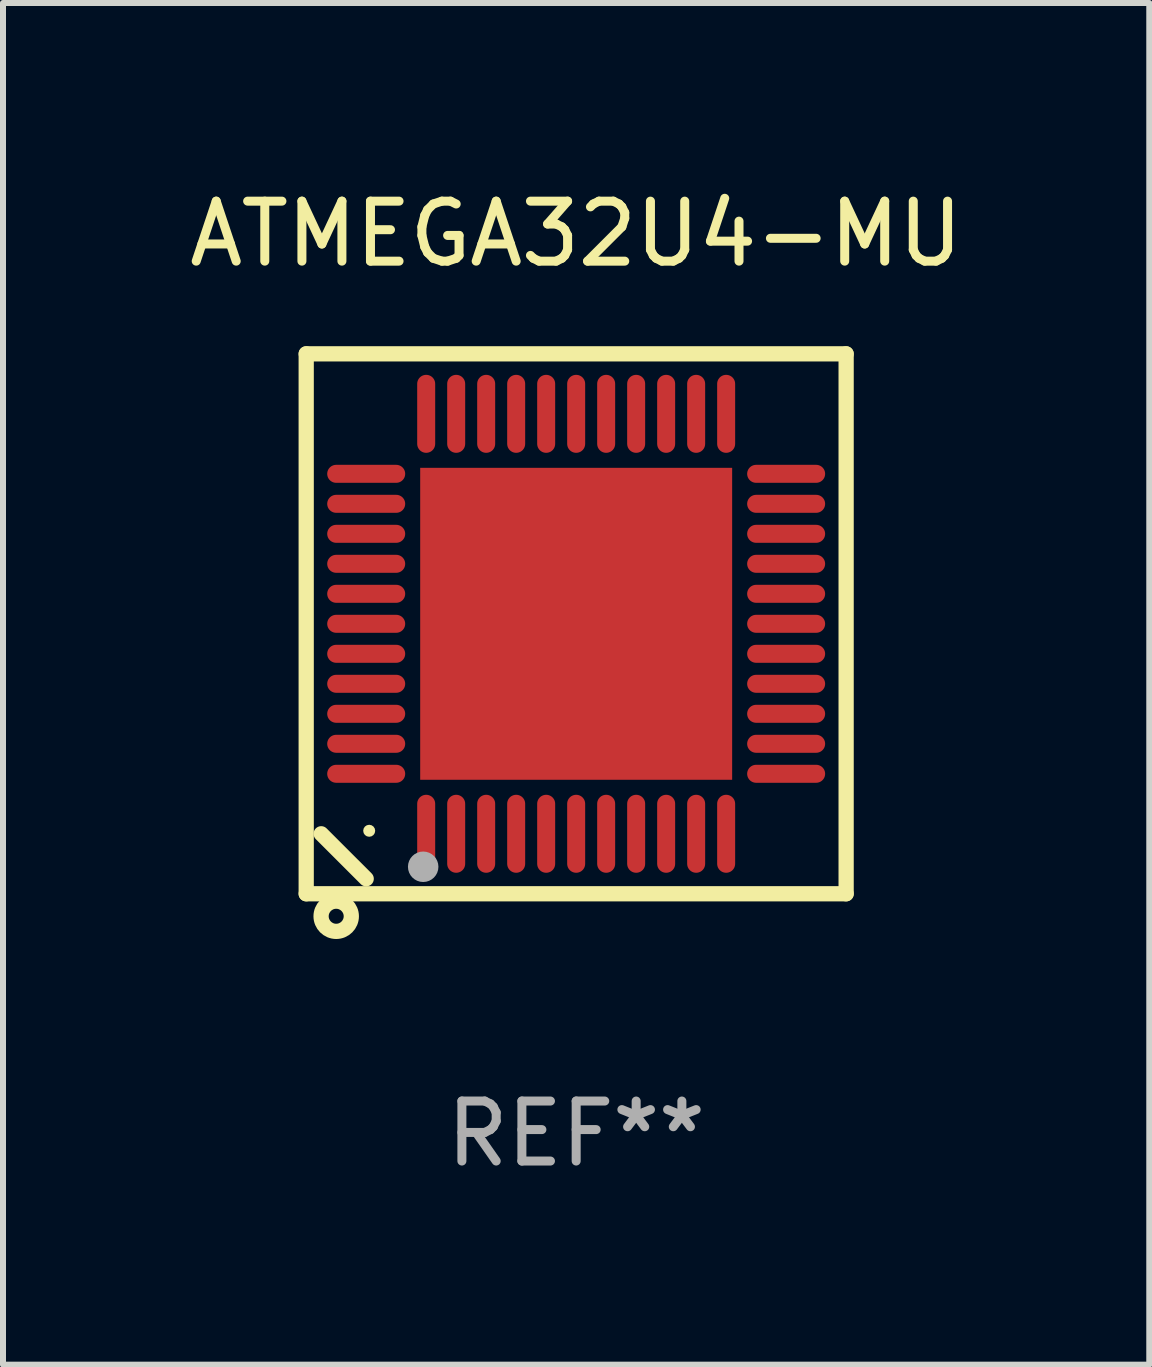
<source format=kicad_pcb>
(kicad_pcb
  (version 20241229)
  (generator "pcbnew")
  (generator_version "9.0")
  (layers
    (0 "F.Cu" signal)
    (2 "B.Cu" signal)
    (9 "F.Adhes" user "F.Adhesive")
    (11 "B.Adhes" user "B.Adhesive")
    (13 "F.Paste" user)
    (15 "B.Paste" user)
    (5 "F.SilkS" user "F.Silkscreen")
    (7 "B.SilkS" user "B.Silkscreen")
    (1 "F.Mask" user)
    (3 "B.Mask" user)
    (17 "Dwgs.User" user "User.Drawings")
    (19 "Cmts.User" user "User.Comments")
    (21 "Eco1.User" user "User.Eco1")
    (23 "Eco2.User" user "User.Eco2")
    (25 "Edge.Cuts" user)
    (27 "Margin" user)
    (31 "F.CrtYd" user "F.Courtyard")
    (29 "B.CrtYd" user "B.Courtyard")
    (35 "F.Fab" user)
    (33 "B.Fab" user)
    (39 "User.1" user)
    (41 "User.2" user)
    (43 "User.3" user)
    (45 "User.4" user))
  (footprint "ATMEGA32U4-MU"
    (layer "F.Cu")
    (at 6.554 7.348)
    (property "Reference" "ATMEGA32U4-MU" (at 0 -6.5 0) (layer "F.SilkS") (effects (font (size 1 1) (thickness 0.15))))
    (attr through_hole)
    (fp_line (start -4.5 -4.5) (end -4.5 4.5) (stroke (width 0.254) (type solid)) (layer "F.SilkS"))
    (fp_line (start -4.5 4.5) (end 4.5 4.5) (stroke (width 0.254) (type solid)) (layer "F.SilkS"))
    (fp_line (start -3.5 4.25) (end -4.25 3.5) (stroke (width 0.254) (type solid)) (layer "F.SilkS"))
    (fp_line (start 4.5 -4.5) (end -4.5 -4.5) (stroke (width 0.254) (type solid)) (layer "F.SilkS"))
    (fp_line (start 4.5 4.5) (end 4.5 -4.5) (stroke (width 0.254) (type solid)) (layer "F.SilkS"))
    (fp_circle (center -4 4.875) (end -3.875 4.875) (stroke (width 0.254) (type solid)) (fill no) (layer "F.SilkS"))
    (fp_circle (center -3.45 3.45) (end -3.4 3.45) (stroke (width 0.1) (type solid)) (fill no) (layer "F.SilkS"))
    (fp_circle (center -2.55 4.05) (end -2.423 4.05) (stroke (width 0.254) (type solid)) (fill no) (layer "F.Fab"))
    (fp_text user "REF**" (at 0 8.5 0) (layer "F.Fab") (effects (font (size 1 1) (thickness 0.15))))
    (pad "1" smd oval (at -2.5 3.5 90) (size 1.3 0.3) (layers "F.Cu" "F.Mask" "F.Paste"))
    (pad "2" smd oval (at -2 3.5 90) (size 1.3 0.3) (layers "F.Cu" "F.Mask" "F.Paste"))
    (pad "3" smd oval (at -1.5 3.5 90) (size 1.3 0.3) (layers "F.Cu" "F.Mask" "F.Paste"))
    (pad "4" smd oval (at -1 3.5 90) (size 1.3 0.3) (layers "F.Cu" "F.Mask" "F.Paste"))
    (pad "5" smd oval (at -0.5 3.5 90) (size 1.3 0.3) (layers "F.Cu" "F.Mask" "F.Paste"))
    (pad "6" smd oval (at 0.000025 3.5 90) (size 1.3 0.3) (layers "F.Cu" "F.Mask" "F.Paste"))
    (pad "7" smd oval (at 0.5 3.5 90) (size 1.3 0.3) (layers "F.Cu" "F.Mask" "F.Paste"))
    (pad "8" smd oval (at 1 3.5 90) (size 1.3 0.3) (layers "F.Cu" "F.Mask" "F.Paste"))
    (pad "9" smd oval (at 1.5 3.5 90) (size 1.3 0.3) (layers "F.Cu" "F.Mask" "F.Paste"))
    (pad "10" smd oval (at 2 3.5 90) (size 1.3 0.3) (layers "F.Cu" "F.Mask" "F.Paste"))
    (pad "11" smd oval (at 2.5 3.5 90) (size 1.3 0.3) (layers "F.Cu" "F.Mask" "F.Paste"))
    (pad "12" smd oval (at 3.5 2.5 90) (size 0.3 1.3) (layers "F.Cu" "F.Mask" "F.Paste"))
    (pad "13" smd oval (at 3.5 2 90) (size 0.3 1.3) (layers "F.Cu" "F.Mask" "F.Paste"))
    (pad "14" smd oval (at 3.5 1.5 90) (size 0.3 1.3) (layers "F.Cu" "F.Mask" "F.Paste"))
    (pad "15" smd oval (at 3.5 1 90) (size 0.3 1.3) (layers "F.Cu" "F.Mask" "F.Paste"))
    (pad "16" smd oval (at 3.5 0.5 90) (size 0.3 1.3) (layers "F.Cu" "F.Mask" "F.Paste"))
    (pad "17" smd oval (at 3.5 0.000025 90) (size 0.3 1.3) (layers "F.Cu" "F.Mask" "F.Paste"))
    (pad "18" smd oval (at 3.5 -0.5 90) (size 0.3 1.3) (layers "F.Cu" "F.Mask" "F.Paste"))
    (pad "19" smd oval (at 3.5 -1 90) (size 0.3 1.3) (layers "F.Cu" "F.Mask" "F.Paste"))
    (pad "20" smd oval (at 3.5 -1.5 90) (size 0.3 1.3) (layers "F.Cu" "F.Mask" "F.Paste"))
    (pad "21" smd oval (at 3.5 -2 90) (size 0.3 1.3) (layers "F.Cu" "F.Mask" "F.Paste"))
    (pad "22" smd oval (at 3.5 -2.5 90) (size 0.3 1.3) (layers "F.Cu" "F.Mask" "F.Paste"))
    (pad "23" smd oval (at 2.5 -3.5 90) (size 1.3 0.3) (layers "F.Cu" "F.Mask" "F.Paste"))
    (pad "24" smd oval (at 2 -3.5 90) (size 1.3 0.3) (layers "F.Cu" "F.Mask" "F.Paste"))
    (pad "25" smd oval (at 1.5 -3.5 90) (size 1.3 0.3) (layers "F.Cu" "F.Mask" "F.Paste"))
    (pad "26" smd oval (at 1 -3.5 90) (size 1.3 0.3) (layers "F.Cu" "F.Mask" "F.Paste"))
    (pad "27" smd oval (at 0.5 -3.5 90) (size 1.3 0.3) (layers "F.Cu" "F.Mask" "F.Paste"))
    (pad "28" smd oval (at 0.000025 -3.5 90) (size 1.3 0.3) (layers "F.Cu" "F.Mask" "F.Paste"))
    (pad "29" smd oval (at -0.5 -3.5 90) (size 1.3 0.3) (layers "F.Cu" "F.Mask" "F.Paste"))
    (pad "30" smd oval (at -1 -3.5 90) (size 1.3 0.3) (layers "F.Cu" "F.Mask" "F.Paste"))
    (pad "31" smd oval (at -1.5 -3.5 90) (size 1.3 0.3) (layers "F.Cu" "F.Mask" "F.Paste"))
    (pad "32" smd oval (at -2 -3.5 90) (size 1.3 0.3) (layers "F.Cu" "F.Mask" "F.Paste"))
    (pad "33" smd oval (at -2.5 -3.5 90) (size 1.3 0.3) (layers "F.Cu" "F.Mask" "F.Paste"))
    (pad "34" smd oval (at -3.5 -2.5 90) (size 0.3 1.3) (layers "F.Cu" "F.Mask" "F.Paste"))
    (pad "35" smd oval (at -3.5 -2 90) (size 0.3 1.3) (layers "F.Cu" "F.Mask" "F.Paste"))
    (pad "36" smd oval (at -3.5 -1.5 90) (size 0.3 1.3) (layers "F.Cu" "F.Mask" "F.Paste"))
    (pad "37" smd oval (at -3.5 -1 90) (size 0.3 1.3) (layers "F.Cu" "F.Mask" "F.Paste"))
    (pad "38" smd oval (at -3.5 -0.5 90) (size 0.3 1.3) (layers "F.Cu" "F.Mask" "F.Paste"))
    (pad "39" smd oval (at -3.5 0.000025 90) (size 0.3 1.3) (layers "F.Cu" "F.Mask" "F.Paste"))
    (pad "40" smd oval (at -3.5 0.5 90) (size 0.3 1.3) (layers "F.Cu" "F.Mask" "F.Paste"))
    (pad "41" smd oval (at -3.5 1 90) (size 0.3 1.3) (layers "F.Cu" "F.Mask" "F.Paste"))
    (pad "42" smd oval (at -3.5 1.5 90) (size 0.3 1.3) (layers "F.Cu" "F.Mask" "F.Paste"))
    (pad "43" smd oval (at -3.5 2 90) (size 0.3 1.3) (layers "F.Cu" "F.Mask" "F.Paste"))
    (pad "44" smd oval (at -3.5 2.5 90) (size 0.3 1.3) (layers "F.Cu" "F.Mask" "F.Paste"))
    (pad "45" smd rect (at 0.000025 0.000025 90) (size 5.2 5.2) (layers "F.Cu" "F.Mask" "F.Paste")))
  (gr_rect
    (start -3 -3)
    (end 16.107 19.697)
    (stroke (width 0.1) (type default))
    (fill no)
    (layer "Edge.Cuts")))
</source>
